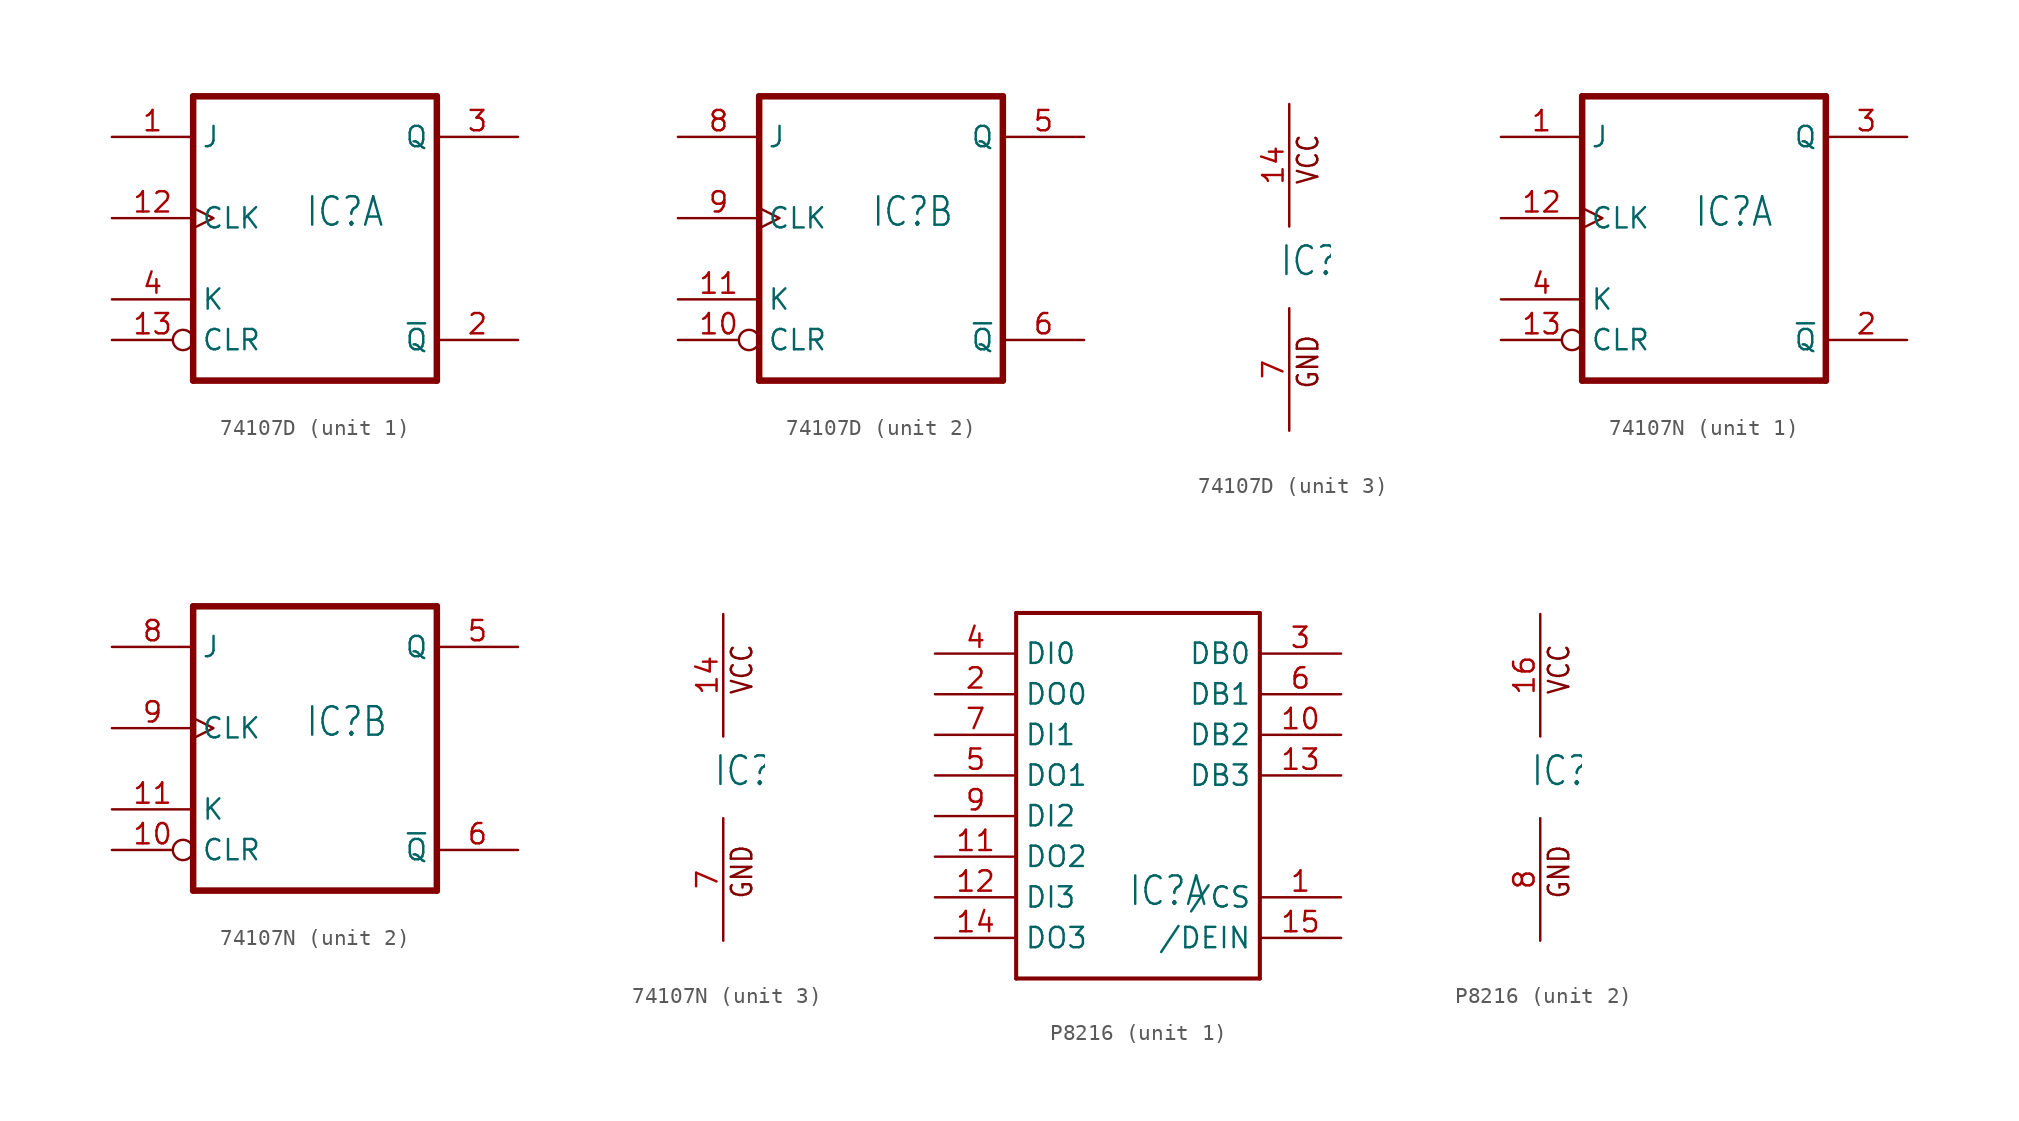
<source format=kicad_sym>
(kicad_symbol_lib
  (version 20211014)
  (generator kicad_symbol_editor)
  (symbol "74107D"
    (property "Reference" "IC"
      (at -0.635 -0.635 0)
      (effects (font (size 1.778 1.511)) (justify left bottom)))
    (property "ki_locked" ""
      (at 0 0 0)
      (effects (font (size 1.27 1.27))))
    (symbol "74107D_1_0"
      (polyline (pts (xy -7.62 -10.16) (xy 7.62 -10.16)) (stroke (width 0.406) (type default) (color 0 0 0 0)) (fill (type none)))
      (polyline (pts (xy -7.62 7.62) (xy -7.62 -10.16)) (stroke (width 0.406) (type default) (color 0 0 0 0)) (fill (type none)))
      (polyline (pts (xy 7.62 -10.16) (xy 7.62 7.62)) (stroke (width 0.406) (type default) (color 0 0 0 0)) (fill (type none)))
      (polyline (pts (xy 7.62 7.62) (xy -7.62 7.62)) (stroke (width 0.406) (type default) (color 0 0 0 0)) (fill (type none)))
      (pin input line (at -12.7 5.08 0) (length 5.08) (name "J" (effects (font (size 1.27 1.27)))) (number "1" (effects (font (size 1.27 1.27)))))
      (pin input clock (at -12.7 0 0) (length 5.08) (name "CLK" (effects (font (size 1.27 1.27)))) (number "12" (effects (font (size 1.27 1.27)))))
      (pin input inverted (at -12.7 -7.62 0) (length 5.08) (name "CLR" (effects (font (size 1.27 1.27)))) (number "13" (effects (font (size 1.27 1.27)))))
      (pin output line (at 12.7 -7.62 180) (length 5.08) (name "~{Q}" (effects (font (size 1.27 1.27)))) (number "2" (effects (font (size 1.27 1.27)))))
      (pin output line (at 12.7 5.08 180) (length 5.08) (name "Q" (effects (font (size 1.27 1.27)))) (number "3" (effects (font (size 1.27 1.27)))))
      (pin input line (at -12.7 -5.08 0) (length 5.08) (name "K" (effects (font (size 1.27 1.27)))) (number "4" (effects (font (size 1.27 1.27))))))
    (symbol "74107D_2_0"
      (polyline (pts (xy -7.62 -10.16) (xy 7.62 -10.16)) (stroke (width 0.406) (type default) (color 0 0 0 0)) (fill (type none)))
      (polyline (pts (xy -7.62 7.62) (xy -7.62 -10.16)) (stroke (width 0.406) (type default) (color 0 0 0 0)) (fill (type none)))
      (polyline (pts (xy 7.62 -10.16) (xy 7.62 7.62)) (stroke (width 0.406) (type default) (color 0 0 0 0)) (fill (type none)))
      (polyline (pts (xy 7.62 7.62) (xy -7.62 7.62)) (stroke (width 0.406) (type default) (color 0 0 0 0)) (fill (type none)))
      (pin input inverted (at -12.7 -7.62 0) (length 5.08) (name "CLR" (effects (font (size 1.27 1.27)))) (number "10" (effects (font (size 1.27 1.27)))))
      (pin input line (at -12.7 -5.08 0) (length 5.08) (name "K" (effects (font (size 1.27 1.27)))) (number "11" (effects (font (size 1.27 1.27)))))
      (pin output line (at 12.7 5.08 180) (length 5.08) (name "Q" (effects (font (size 1.27 1.27)))) (number "5" (effects (font (size 1.27 1.27)))))
      (pin output line (at 12.7 -7.62 180) (length 5.08) (name "~{Q}" (effects (font (size 1.27 1.27)))) (number "6" (effects (font (size 1.27 1.27)))))
      (pin input line (at -12.7 5.08 0) (length 5.08) (name "J" (effects (font (size 1.27 1.27)))) (number "8" (effects (font (size 1.27 1.27)))))
      (pin input clock (at -12.7 0 0) (length 5.08) (name "CLK" (effects (font (size 1.27 1.27)))) (number "9" (effects (font (size 1.27 1.27))))))
    (symbol "74107D_3_0"
      (text "GND" (at 1.905 -7.62 900) (effects (font (size 1.27 1.079)) (justify left bottom)))
      (text "VCC" (at 1.905 5.08 900) (effects (font (size 1.27 1.079)) (justify left bottom)))
      (pin power_in line (at 0 10.16 270) (length 7.62) (name "VCC" (effects (font (size 0 0)))) (number "14" (effects (font (size 1.27 1.27)))))
      (pin power_in line (at 0 -10.16 90) (length 7.62) (name "GND" (effects (font (size 0 0)))) (number "7" (effects (font (size 1.27 1.27)))))))
  (symbol "74107N"
    (property "Reference" "IC"
      (at -0.635 -0.635 0)
      (effects (font (size 1.778 1.511)) (justify left bottom)))
    (property "ki_locked" ""
      (at 0 0 0)
      (effects (font (size 1.27 1.27))))
    (symbol "74107N_1_0"
      (polyline (pts (xy -7.62 -10.16) (xy 7.62 -10.16)) (stroke (width 0.406) (type default) (color 0 0 0 0)) (fill (type none)))
      (polyline (pts (xy -7.62 7.62) (xy -7.62 -10.16)) (stroke (width 0.406) (type default) (color 0 0 0 0)) (fill (type none)))
      (polyline (pts (xy 7.62 -10.16) (xy 7.62 7.62)) (stroke (width 0.406) (type default) (color 0 0 0 0)) (fill (type none)))
      (polyline (pts (xy 7.62 7.62) (xy -7.62 7.62)) (stroke (width 0.406) (type default) (color 0 0 0 0)) (fill (type none)))
      (pin input line (at -12.7 5.08 0) (length 5.08) (name "J" (effects (font (size 1.27 1.27)))) (number "1" (effects (font (size 1.27 1.27)))))
      (pin input clock (at -12.7 0 0) (length 5.08) (name "CLK" (effects (font (size 1.27 1.27)))) (number "12" (effects (font (size 1.27 1.27)))))
      (pin input inverted (at -12.7 -7.62 0) (length 5.08) (name "CLR" (effects (font (size 1.27 1.27)))) (number "13" (effects (font (size 1.27 1.27)))))
      (pin output line (at 12.7 -7.62 180) (length 5.08) (name "~{Q}" (effects (font (size 1.27 1.27)))) (number "2" (effects (font (size 1.27 1.27)))))
      (pin output line (at 12.7 5.08 180) (length 5.08) (name "Q" (effects (font (size 1.27 1.27)))) (number "3" (effects (font (size 1.27 1.27)))))
      (pin input line (at -12.7 -5.08 0) (length 5.08) (name "K" (effects (font (size 1.27 1.27)))) (number "4" (effects (font (size 1.27 1.27))))))
    (symbol "74107N_2_0"
      (polyline (pts (xy -7.62 -10.16) (xy 7.62 -10.16)) (stroke (width 0.406) (type default) (color 0 0 0 0)) (fill (type none)))
      (polyline (pts (xy -7.62 7.62) (xy -7.62 -10.16)) (stroke (width 0.406) (type default) (color 0 0 0 0)) (fill (type none)))
      (polyline (pts (xy 7.62 -10.16) (xy 7.62 7.62)) (stroke (width 0.406) (type default) (color 0 0 0 0)) (fill (type none)))
      (polyline (pts (xy 7.62 7.62) (xy -7.62 7.62)) (stroke (width 0.406) (type default) (color 0 0 0 0)) (fill (type none)))
      (pin input inverted (at -12.7 -7.62 0) (length 5.08) (name "CLR" (effects (font (size 1.27 1.27)))) (number "10" (effects (font (size 1.27 1.27)))))
      (pin input line (at -12.7 -5.08 0) (length 5.08) (name "K" (effects (font (size 1.27 1.27)))) (number "11" (effects (font (size 1.27 1.27)))))
      (pin output line (at 12.7 5.08 180) (length 5.08) (name "Q" (effects (font (size 1.27 1.27)))) (number "5" (effects (font (size 1.27 1.27)))))
      (pin output line (at 12.7 -7.62 180) (length 5.08) (name "~{Q}" (effects (font (size 1.27 1.27)))) (number "6" (effects (font (size 1.27 1.27)))))
      (pin input line (at -12.7 5.08 0) (length 5.08) (name "J" (effects (font (size 1.27 1.27)))) (number "8" (effects (font (size 1.27 1.27)))))
      (pin input clock (at -12.7 0 0) (length 5.08) (name "CLK" (effects (font (size 1.27 1.27)))) (number "9" (effects (font (size 1.27 1.27))))))
    (symbol "74107N_3_0"
      (text "GND" (at 1.905 -7.62 900) (effects (font (size 1.27 1.079)) (justify left bottom)))
      (text "VCC" (at 1.905 5.08 900) (effects (font (size 1.27 1.079)) (justify left bottom)))
      (pin power_in line (at 0 10.16 270) (length 7.62) (name "VCC" (effects (font (size 0 0)))) (number "14" (effects (font (size 1.27 1.27)))))
      (pin power_in line (at 0 -10.16 90) (length 7.62) (name "GND" (effects (font (size 0 0)))) (number "7" (effects (font (size 1.27 1.27)))))))
  (symbol "P8216"
    (property "Reference" "IC"
      (at -0.635 -0.635 0)
      (effects (font (size 1.778 1.511)) (justify left bottom)))
    (property "ki_locked" ""
      (at 0 0 0)
      (effects (font (size 1.27 1.27))))
    (symbol "P8216_1_0"
      (polyline (pts (xy -7.62 -5.08) (xy 7.62 -5.08)) (stroke (width 0.254) (type default) (color 0 0 0 0)) (fill (type none)))
      (polyline (pts (xy -7.62 17.78) (xy -7.62 -5.08)) (stroke (width 0.254) (type default) (color 0 0 0 0)) (fill (type none)))
      (polyline (pts (xy 7.62 -5.08) (xy 7.62 17.78)) (stroke (width 0.254) (type default) (color 0 0 0 0)) (fill (type none)))
      (polyline (pts (xy 7.62 17.78) (xy -7.62 17.78)) (stroke (width 0.254) (type default) (color 0 0 0 0)) (fill (type none)))
      (pin bidirectional line (at 12.7 0 180) (length 5.08) (name "/CS" (effects (font (size 1.27 1.27)))) (number "1" (effects (font (size 1.27 1.27)))))
      (pin bidirectional line (at 12.7 10.16 180) (length 5.08) (name "DB2" (effects (font (size 1.27 1.27)))) (number "10" (effects (font (size 1.27 1.27)))))
      (pin bidirectional line (at -12.7 2.54 0) (length 5.08) (name "DO2" (effects (font (size 1.27 1.27)))) (number "11" (effects (font (size 1.27 1.27)))))
      (pin bidirectional line (at -12.7 0 0) (length 5.08) (name "DI3" (effects (font (size 1.27 1.27)))) (number "12" (effects (font (size 1.27 1.27)))))
      (pin bidirectional line (at 12.7 7.62 180) (length 5.08) (name "DB3" (effects (font (size 1.27 1.27)))) (number "13" (effects (font (size 1.27 1.27)))))
      (pin bidirectional line (at -12.7 -2.54 0) (length 5.08) (name "DO3" (effects (font (size 1.27 1.27)))) (number "14" (effects (font (size 1.27 1.27)))))
      (pin bidirectional line (at 12.7 -2.54 180) (length 5.08) (name "/DEIN" (effects (font (size 1.27 1.27)))) (number "15" (effects (font (size 1.27 1.27)))))
      (pin bidirectional line (at -12.7 12.7 0) (length 5.08) (name "DO0" (effects (font (size 1.27 1.27)))) (number "2" (effects (font (size 1.27 1.27)))))
      (pin bidirectional line (at 12.7 15.24 180) (length 5.08) (name "DB0" (effects (font (size 1.27 1.27)))) (number "3" (effects (font (size 1.27 1.27)))))
      (pin bidirectional line (at -12.7 15.24 0) (length 5.08) (name "DI0" (effects (font (size 1.27 1.27)))) (number "4" (effects (font (size 1.27 1.27)))))
      (pin bidirectional line (at -12.7 7.62 0) (length 5.08) (name "DO1" (effects (font (size 1.27 1.27)))) (number "5" (effects (font (size 1.27 1.27)))))
      (pin bidirectional line (at 12.7 12.7 180) (length 5.08) (name "DB1" (effects (font (size 1.27 1.27)))) (number "6" (effects (font (size 1.27 1.27)))))
      (pin bidirectional line (at -12.7 10.16 0) (length 5.08) (name "DI1" (effects (font (size 1.27 1.27)))) (number "7" (effects (font (size 1.27 1.27)))))
      (pin bidirectional line (at -12.7 5.08 0) (length 5.08) (name "DI2" (effects (font (size 1.27 1.27)))) (number "9" (effects (font (size 1.27 1.27))))))
    (symbol "P8216_2_0"
      (text "GND" (at 1.905 -7.62 900) (effects (font (size 1.27 1.079)) (justify left bottom)))
      (text "VCC" (at 1.905 5.08 900) (effects (font (size 1.27 1.079)) (justify left bottom)))
      (pin power_in line (at 0 10.16 270) (length 7.62) (name "VCC" (effects (font (size 0 0)))) (number "16" (effects (font (size 1.27 1.27)))))
      (pin power_in line (at 0 -10.16 90) (length 7.62) (name "GND" (effects (font (size 0 0)))) (number "8" (effects (font (size 1.27 1.27))))))))
</source>
